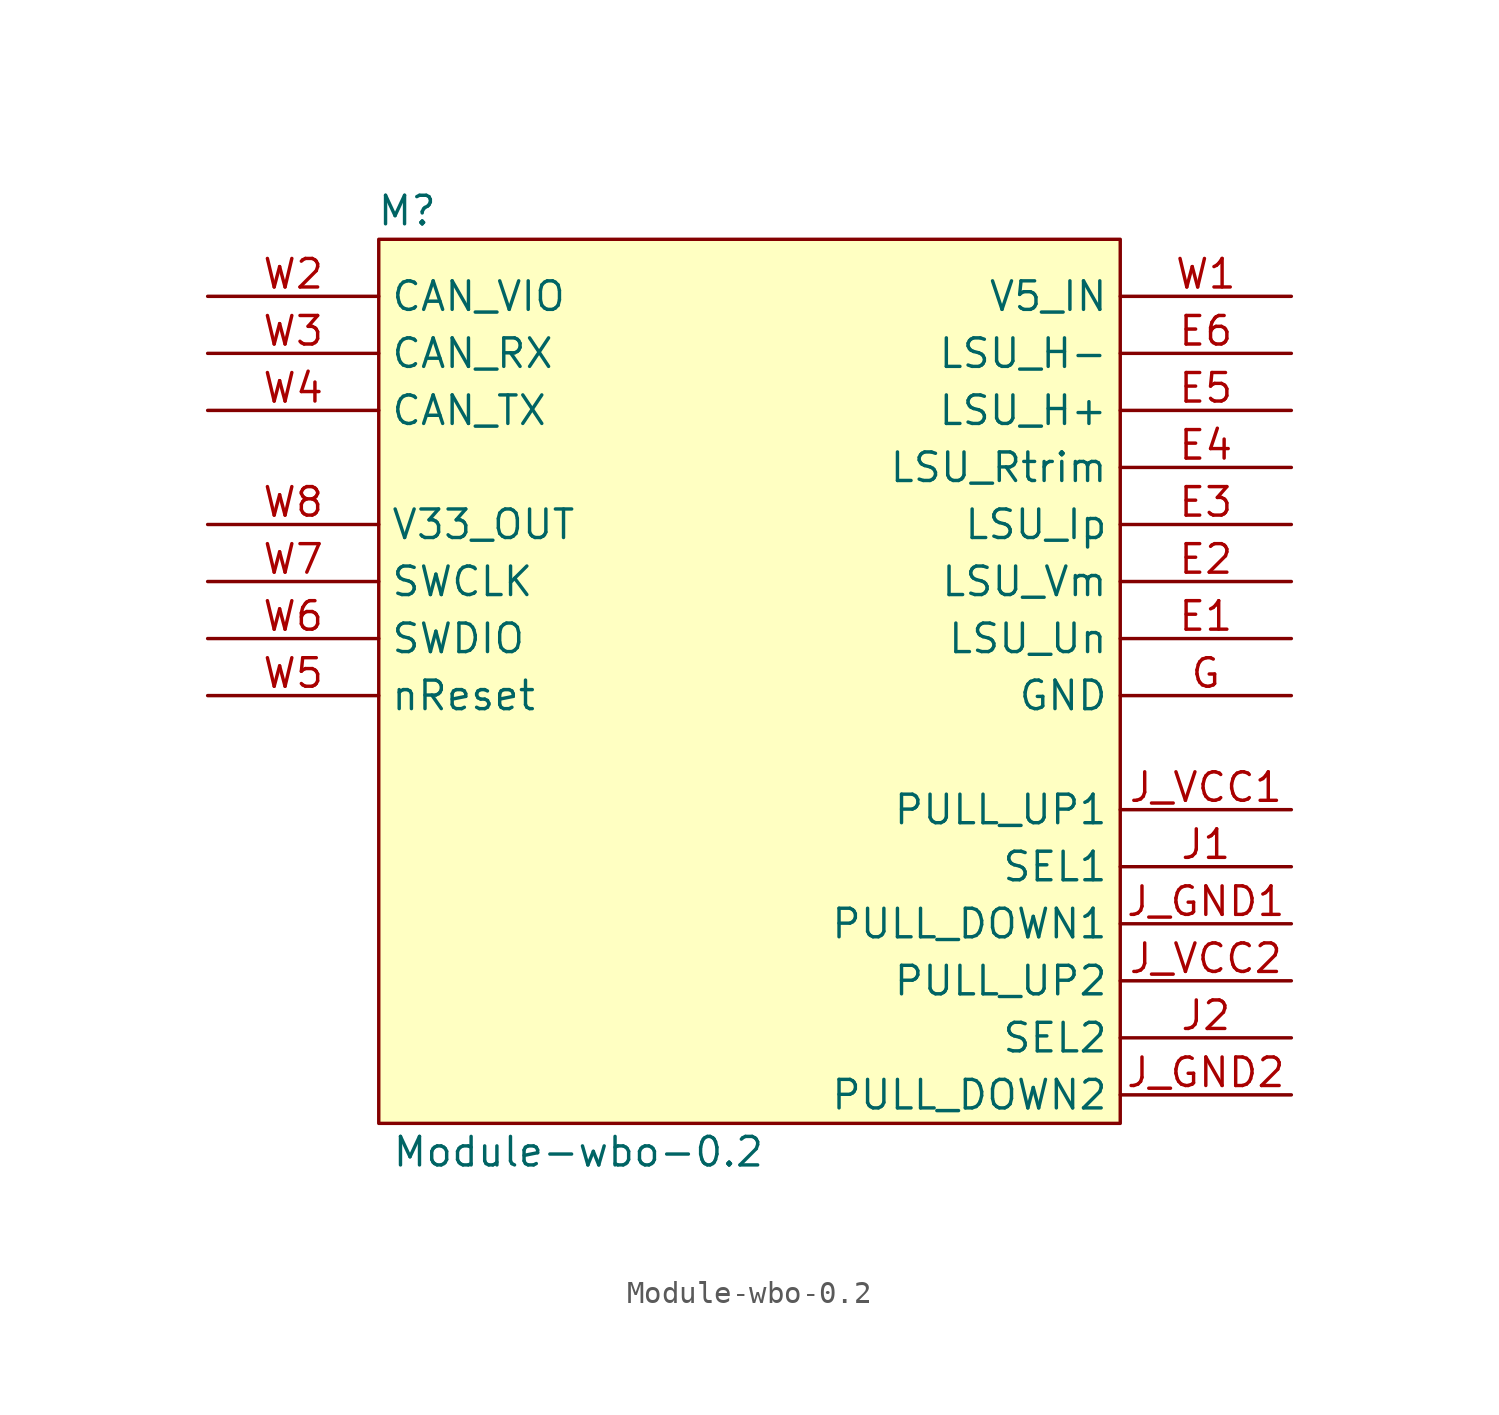
<source format=kicad_sym>
(kicad_symbol_lib
  (version 20201005)
  (generator kicad_symbol_editor)
  (symbol "hellen-one-wbo-0.2:Module-wbo-0.2"
    (property "Reference" "M"
      (at 1.27 1.27 0)
      (effects (font (size 1.27 1.27))))
    (property "Value" "Module-wbo-0.2"
      (at 8.89 -40.64 0)
      (effects (font (size 1.27 1.27))))
    (symbol "Module-wbo-0.2_1_0"
      (rectangle (start 0 0) (end 33.02 -39.37) (stroke (width 0)) (fill (type background)))
      (pin passive line (at 40.64 -17.78 180) (length 7.62) (name "LSU_Un" (effects (font (size 1.27 1.27)))) (number "E1" (effects (font (size 1.27 1.27)))))
      (pin passive line (at 40.64 -15.24 180) (length 7.62) (name "LSU_Vm" (effects (font (size 1.27 1.27)))) (number "E2" (effects (font (size 1.27 1.27)))))
      (pin passive line (at 40.64 -12.7 180) (length 7.62) (name "LSU_Ip" (effects (font (size 1.27 1.27)))) (number "E3" (effects (font (size 1.27 1.27)))))
      (pin passive line (at 40.64 -10.16 180) (length 7.62) (name "LSU_Rtrim" (effects (font (size 1.27 1.27)))) (number "E4" (effects (font (size 1.27 1.27)))))
      (pin passive line (at 40.64 -7.62 180) (length 7.62) (name "LSU_H+" (effects (font (size 1.27 1.27)))) (number "E5" (effects (font (size 1.27 1.27)))))
      (pin passive line (at 40.64 -5.08 180) (length 7.62) (name "LSU_H-" (effects (font (size 1.27 1.27)))) (number "E6" (effects (font (size 1.27 1.27)))))
      (pin passive line (at 40.64 -20.32 180) (length 7.62) (name "GND" (effects (font (size 1.27 1.27)))) (number "G" (effects (font (size 1.27 1.27)))))
      (pin passive line (at 40.64 -27.94 180) (length 7.62) (name "SEL1" (effects (font (size 1.27 1.27)))) (number "J1" (effects (font (size 1.27 1.27)))))
      (pin passive line (at 40.64 -35.56 180) (length 7.62) (name "SEL2" (effects (font (size 1.27 1.27)))) (number "J2" (effects (font (size 1.27 1.27)))))
      (pin passive line (at 40.64 -30.48 180) (length 7.62) (name "PULL_DOWN1" (effects (font (size 1.27 1.27)))) (number "J_GND1" (effects (font (size 1.27 1.27)))))
      (pin passive line (at 40.64 -38.1 180) (length 7.62) (name "PULL_DOWN2" (effects (font (size 1.27 1.27)))) (number "J_GND2" (effects (font (size 1.27 1.27)))))
      (pin passive line (at 40.64 -25.4 180) (length 7.62) (name "PULL_UP1" (effects (font (size 1.27 1.27)))) (number "J_VCC1" (effects (font (size 1.27 1.27)))))
      (pin passive line (at 40.64 -33.02 180) (length 7.62) (name "PULL_UP2" (effects (font (size 1.27 1.27)))) (number "J_VCC2" (effects (font (size 1.27 1.27)))))
      (pin passive line (at 40.64 -2.54 180) (length 7.62) (name "V5_IN" (effects (font (size 1.27 1.27)))) (number "W1" (effects (font (size 1.27 1.27)))))
      (pin passive line (at -7.62 -2.54 0) (length 7.62) (name "CAN_VIO" (effects (font (size 1.27 1.27)))) (number "W2" (effects (font (size 1.27 1.27)))))
      (pin passive line (at -7.62 -5.08 0) (length 7.62) (name "CAN_RX" (effects (font (size 1.27 1.27)))) (number "W3" (effects (font (size 1.27 1.27)))))
      (pin passive line (at -7.62 -7.62 0) (length 7.62) (name "CAN_TX" (effects (font (size 1.27 1.27)))) (number "W4" (effects (font (size 1.27 1.27)))))
      (pin passive line (at -7.62 -20.32 0) (length 7.62) (name "nReset" (effects (font (size 1.27 1.27)))) (number "W5" (effects (font (size 1.27 1.27)))))
      (pin passive line (at -7.62 -17.78 0) (length 7.62) (name "SWDIO" (effects (font (size 1.27 1.27)))) (number "W6" (effects (font (size 1.27 1.27)))))
      (pin passive line (at -7.62 -15.24 0) (length 7.62) (name "SWCLK" (effects (font (size 1.27 1.27)))) (number "W7" (effects (font (size 1.27 1.27)))))
      (pin passive line (at -7.62 -12.7 0) (length 7.62) (name "V33_OUT" (effects (font (size 1.27 1.27)))) (number "W8" (effects (font (size 1.27 1.27))))))))
</source>
